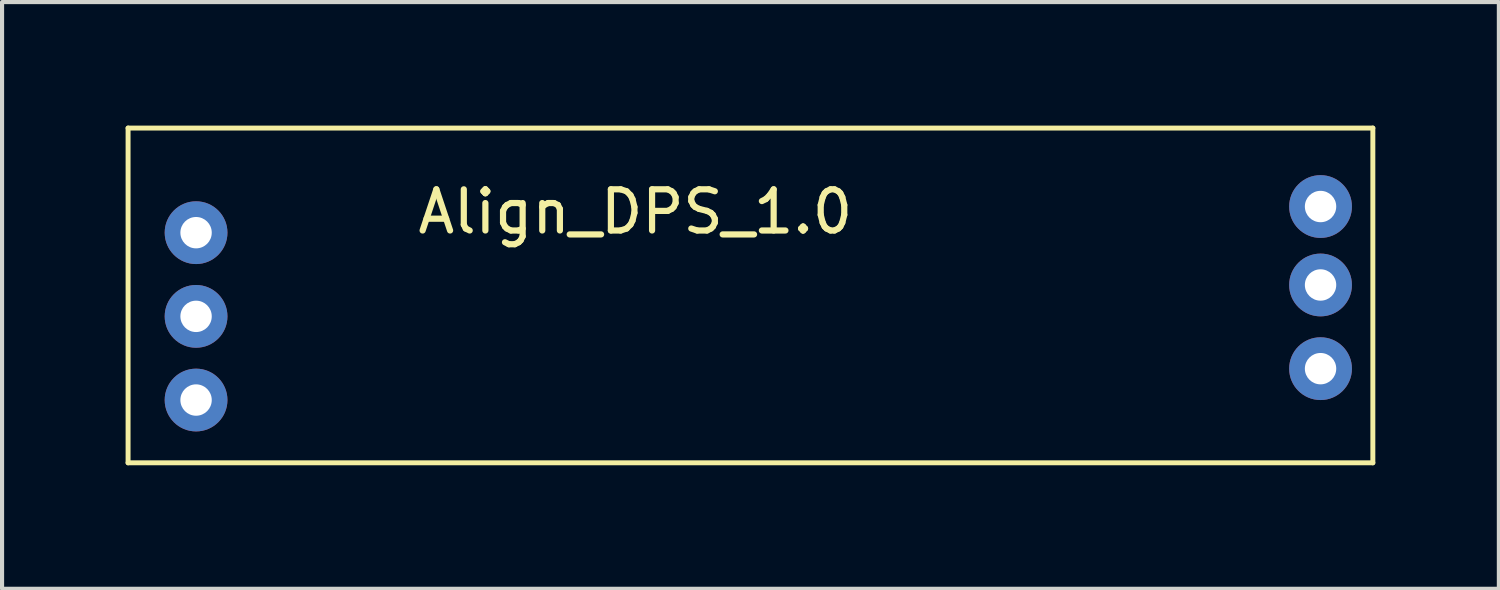
<source format=kicad_pcb>
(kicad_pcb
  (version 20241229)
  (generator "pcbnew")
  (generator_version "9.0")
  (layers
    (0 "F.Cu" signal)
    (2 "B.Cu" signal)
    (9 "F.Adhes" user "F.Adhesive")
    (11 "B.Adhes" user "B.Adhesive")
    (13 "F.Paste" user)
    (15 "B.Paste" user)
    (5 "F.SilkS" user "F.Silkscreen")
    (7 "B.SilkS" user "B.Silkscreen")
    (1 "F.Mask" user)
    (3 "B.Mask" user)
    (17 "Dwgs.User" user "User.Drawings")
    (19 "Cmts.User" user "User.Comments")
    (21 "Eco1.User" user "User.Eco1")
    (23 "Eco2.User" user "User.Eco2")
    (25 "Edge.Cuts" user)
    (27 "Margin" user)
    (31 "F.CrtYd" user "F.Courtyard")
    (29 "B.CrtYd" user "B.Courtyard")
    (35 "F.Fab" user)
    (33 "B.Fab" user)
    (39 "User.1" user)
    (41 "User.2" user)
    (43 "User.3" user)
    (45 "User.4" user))
  (footprint "Align_DPS_1.0"
    (layer "F.Cu")
    (at 15.554 4.378)
    (property "Reference" "Align_DPS_1.0" (at -3.175 -2.286 0) (layer "F.SilkS") (effects (font (size 1 1) (thickness 0.15))))
    (attr through_hole)
    (fp_line (start -15.494 -4.318) (end -15.494 3.81) (stroke (width 0.12) (type solid)) (layer "F.SilkS"))
    (fp_line (start -15.494 3.81) (end 14.732 3.81) (stroke (width 0.12) (type solid)) (layer "F.SilkS"))
    (fp_line (start 14.732 -4.318) (end -15.494 -4.318) (stroke (width 0.12) (type solid)) (layer "F.SilkS"))
    (fp_line (start 14.732 3.81) (end 14.732 -4.318) (stroke (width 0.12) (type solid)) (layer "F.SilkS"))
    (pad "1" thru_hole circle (at -13.843 -1.778) (size 1.524 1.524) (drill 0.762) (layers "*.Cu" "*.Mask"))
    (pad "2" thru_hole circle (at -13.843 0.254) (size 1.524 1.524) (drill 0.762) (layers "*.Cu" "*.Mask"))
    (pad "3" thru_hole circle (at -13.843 2.286) (size 1.524 1.524) (drill 0.762) (layers "*.Cu" "*.Mask"))
    (pad "4" thru_hole circle (at 13.462 -2.413) (size 1.524 1.524) (drill 0.762) (layers "*.Cu" "*.Mask"))
    (pad "5" thru_hole circle (at 13.462 -0.508) (size 1.524 1.524) (drill 0.762) (layers "*.Cu" "*.Mask"))
    (pad "6" thru_hole circle (at 13.462 1.524) (size 1.524 1.524) (drill 0.762) (layers "*.Cu" "*.Mask")))
  (gr_rect
    (start -3 -3)
    (end 33.346 11.248)
    (stroke (width 0.1) (type default))
    (fill no)
    (layer "Edge.Cuts")))
</source>
